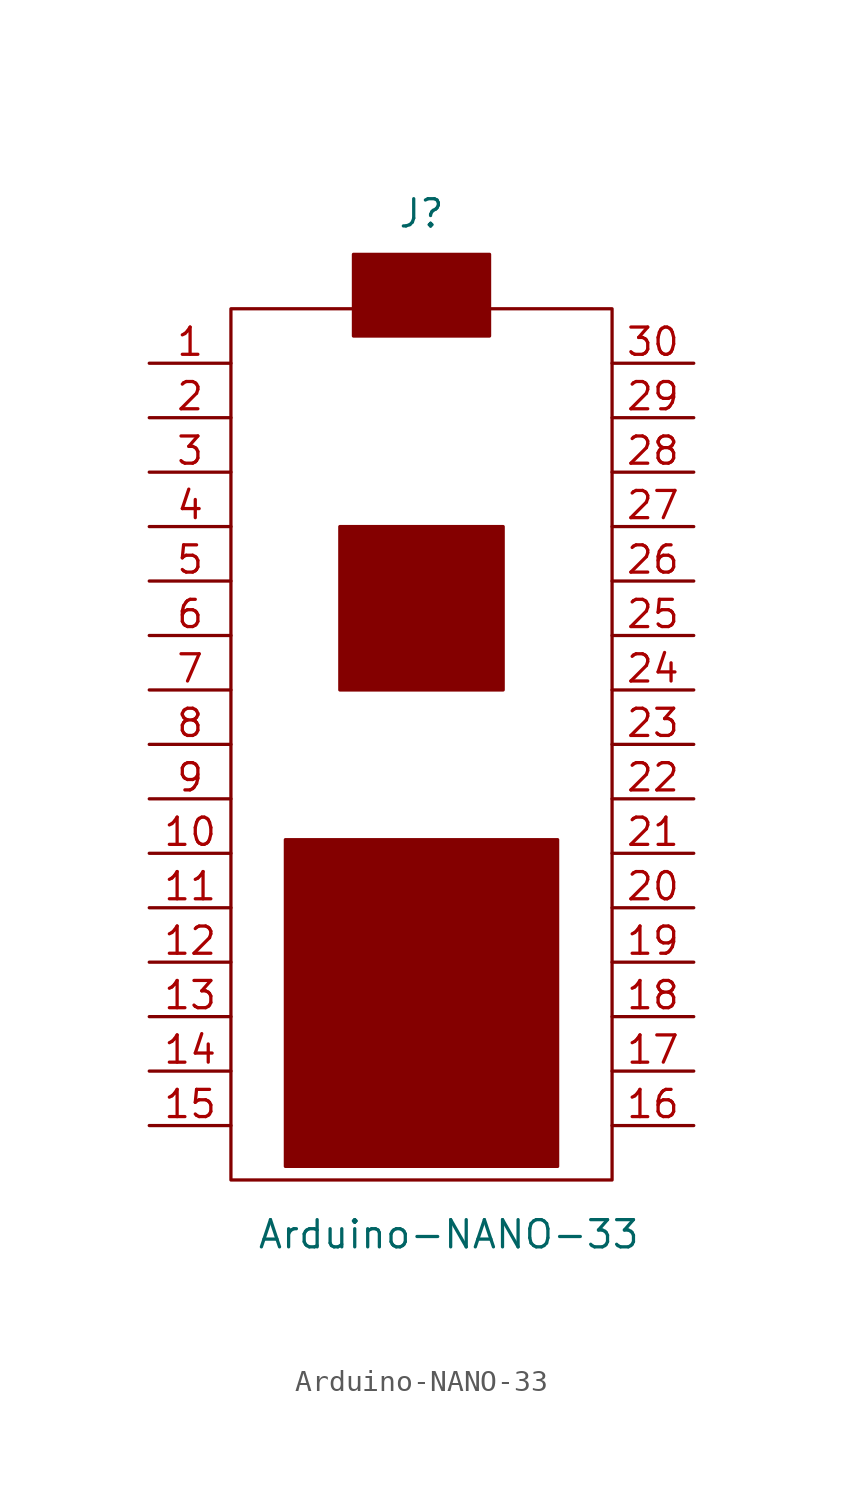
<source format=kicad_sym>
(kicad_symbol_lib
  (version 20220914)
  (generator kicad_symbol_editor)
  (symbol "Arduino-NANO-33"
    (pin_names
      (offset 1.016) hide)
    (property "Reference" "J"
      (at 0 24.765 0)
      (effects (font (size 1.27 1.27))))
    (property "Value" "Arduino-NANO-33"
      (at 1.27 -22.86 0)
      (effects (font (size 1.27 1.27))))
    (symbol "Arduino-NANO-33_0_1"
      (rectangle (start -8.89 -20.32) (end 8.89 20.32) (stroke (width 0) (type solid)) (fill (type none)))
      (rectangle (start -3.81 10.16) (end 3.81 2.54) (stroke (width 0) (type solid)) (fill (type outline)))
      (rectangle (start -3.175 22.86) (end 3.175 19.05) (stroke (width 0) (type solid)) (fill (type outline)))
      (rectangle (start 6.35 -19.685) (end -6.35 -4.445) (stroke (width 0) (type solid)) (fill (type outline))))
    (symbol "Arduino-NANO-33_1_1"
      (pin passive line (at -12.7 17.78 0) (length 3.81) (name "1" (effects (font (size 1.27 1.27)))) (number "1" (effects (font (size 1.27 1.27)))))
      (pin passive line (at -12.7 -5.08 0) (length 3.81) (name "10" (effects (font (size 1.27 1.27)))) (number "10" (effects (font (size 1.27 1.27)))))
      (pin passive line (at -12.7 -7.62 0) (length 3.81) (name "11" (effects (font (size 1.27 1.27)))) (number "11" (effects (font (size 1.27 1.27)))))
      (pin passive line (at -12.7 -10.16 0) (length 3.81) (name "12" (effects (font (size 1.27 1.27)))) (number "12" (effects (font (size 1.27 1.27)))))
      (pin passive line (at -12.7 -12.7 0) (length 3.81) (name "13" (effects (font (size 1.27 1.27)))) (number "13" (effects (font (size 1.27 1.27)))))
      (pin passive line (at -12.7 -15.24 0) (length 3.81) (name "14" (effects (font (size 1.27 1.27)))) (number "14" (effects (font (size 1.27 1.27)))))
      (pin passive line (at -12.7 -17.78 0) (length 3.81) (name "15" (effects (font (size 1.27 1.27)))) (number "15" (effects (font (size 1.27 1.27)))))
      (pin passive line (at 12.7 -17.78 180) (length 3.81) (name "16" (effects (font (size 1.27 1.27)))) (number "16" (effects (font (size 1.27 1.27)))))
      (pin passive line (at 12.7 -15.24 180) (length 3.81) (name "17" (effects (font (size 1.27 1.27)))) (number "17" (effects (font (size 1.27 1.27)))))
      (pin passive line (at 12.7 -12.7 180) (length 3.81) (name "18" (effects (font (size 1.27 1.27)))) (number "18" (effects (font (size 1.27 1.27)))))
      (pin passive line (at 12.7 -10.16 180) (length 3.81) (name "19" (effects (font (size 1.27 1.27)))) (number "19" (effects (font (size 1.27 1.27)))))
      (pin passive line (at -12.7 15.24 0) (length 3.81) (name "2" (effects (font (size 1.27 1.27)))) (number "2" (effects (font (size 1.27 1.27)))))
      (pin passive line (at 12.7 -7.62 180) (length 3.81) (name "20" (effects (font (size 1.27 1.27)))) (number "20" (effects (font (size 1.27 1.27)))))
      (pin passive line (at 12.7 -5.08 180) (length 3.81) (name "21" (effects (font (size 1.27 1.27)))) (number "21" (effects (font (size 1.27 1.27)))))
      (pin passive line (at 12.7 -2.54 180) (length 3.81) (name "22" (effects (font (size 1.27 1.27)))) (number "22" (effects (font (size 1.27 1.27)))))
      (pin passive line (at 12.7 0 180) (length 3.81) (name "23" (effects (font (size 1.27 1.27)))) (number "23" (effects (font (size 1.27 1.27)))))
      (pin passive line (at 12.7 2.54 180) (length 3.81) (name "24" (effects (font (size 1.27 1.27)))) (number "24" (effects (font (size 1.27 1.27)))))
      (pin passive line (at 12.7 5.08 180) (length 3.81) (name "25" (effects (font (size 1.27 1.27)))) (number "25" (effects (font (size 1.27 1.27)))))
      (pin passive line (at 12.7 7.62 180) (length 3.81) (name "26" (effects (font (size 1.27 1.27)))) (number "26" (effects (font (size 1.27 1.27)))))
      (pin passive line (at 12.7 10.16 180) (length 3.81) (name "27" (effects (font (size 1.27 1.27)))) (number "27" (effects (font (size 1.27 1.27)))))
      (pin passive line (at 12.7 12.7 180) (length 3.81) (name "28" (effects (font (size 1.27 1.27)))) (number "28" (effects (font (size 1.27 1.27)))))
      (pin passive line (at 12.7 15.24 180) (length 3.81) (name "29" (effects (font (size 1.27 1.27)))) (number "29" (effects (font (size 1.27 1.27)))))
      (pin passive line (at -12.7 12.7 0) (length 3.81) (name "3" (effects (font (size 1.27 1.27)))) (number "3" (effects (font (size 1.27 1.27)))))
      (pin passive line (at 12.7 17.78 180) (length 3.81) (name "30" (effects (font (size 1.27 1.27)))) (number "30" (effects (font (size 1.27 1.27)))))
      (pin passive line (at -12.7 10.16 0) (length 3.81) (name "4" (effects (font (size 1.27 1.27)))) (number "4" (effects (font (size 1.27 1.27)))))
      (pin passive line (at -12.7 7.62 0) (length 3.81) (name "5" (effects (font (size 1.27 1.27)))) (number "5" (effects (font (size 1.27 1.27)))))
      (pin passive line (at -12.7 5.08 0) (length 3.81) (name "6" (effects (font (size 1.27 1.27)))) (number "6" (effects (font (size 1.27 1.27)))))
      (pin passive line (at -12.7 2.54 0) (length 3.81) (name "7" (effects (font (size 1.27 1.27)))) (number "7" (effects (font (size 1.27 1.27)))))
      (pin passive line (at -12.7 0 0) (length 3.81) (name "8" (effects (font (size 1.27 1.27)))) (number "8" (effects (font (size 1.27 1.27)))))
      (pin passive line (at -12.7 -2.54 0) (length 3.81) (name "9" (effects (font (size 1.27 1.27)))) (number "9" (effects (font (size 1.27 1.27))))))))
</source>
